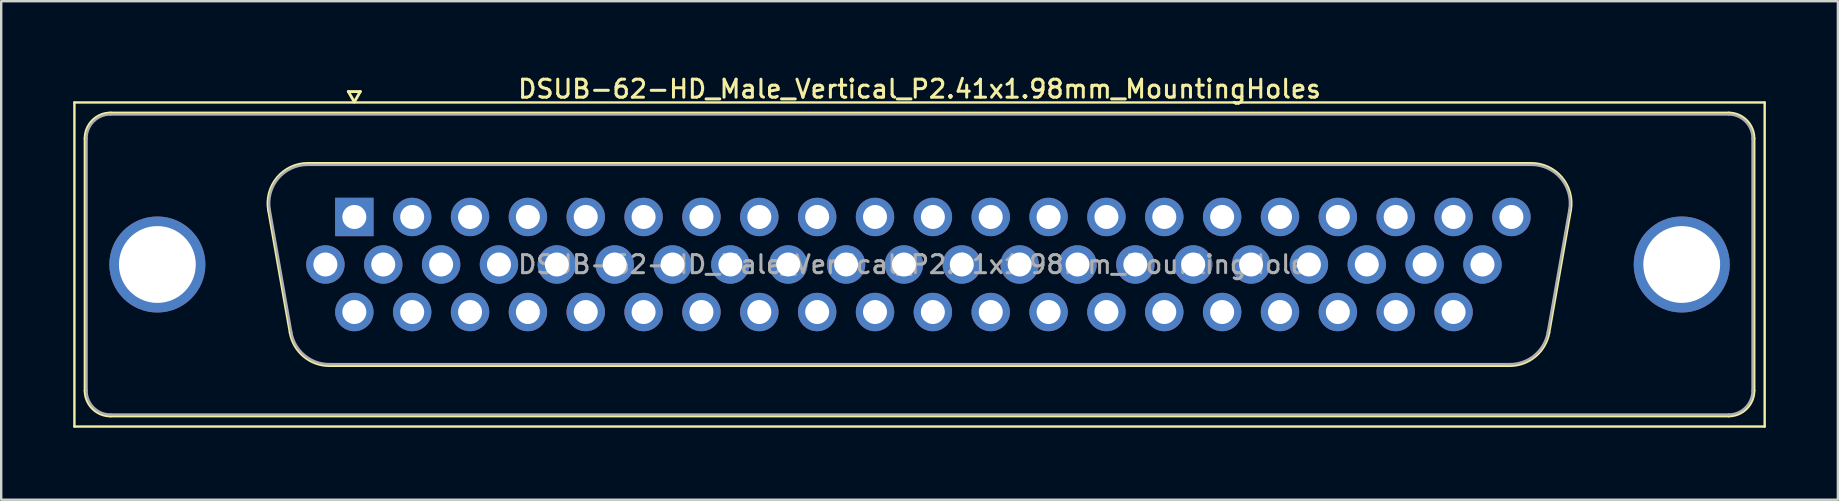
<source format=kicad_pcb>
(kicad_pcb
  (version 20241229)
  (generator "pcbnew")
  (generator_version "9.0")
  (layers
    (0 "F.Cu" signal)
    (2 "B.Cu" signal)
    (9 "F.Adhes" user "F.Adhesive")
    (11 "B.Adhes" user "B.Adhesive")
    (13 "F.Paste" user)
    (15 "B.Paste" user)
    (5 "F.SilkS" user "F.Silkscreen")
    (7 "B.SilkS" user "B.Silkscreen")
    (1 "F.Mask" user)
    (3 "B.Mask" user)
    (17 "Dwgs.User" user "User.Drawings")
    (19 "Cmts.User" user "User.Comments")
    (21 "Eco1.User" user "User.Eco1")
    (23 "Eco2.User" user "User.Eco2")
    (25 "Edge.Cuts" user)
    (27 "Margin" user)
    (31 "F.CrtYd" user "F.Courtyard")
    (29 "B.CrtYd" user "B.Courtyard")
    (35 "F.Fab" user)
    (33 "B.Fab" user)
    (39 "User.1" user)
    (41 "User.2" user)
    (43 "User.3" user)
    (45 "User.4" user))
  (footprint "DSUB-62-HD_Male_Vertical_P2.41x1.98mm_MountingHoles"
    (layer "F.Cu")
    (at 11.71 5.988)
    (property "Reference" "DSUB-62-HD_Male_Vertical_P2.41x1.98mm_MountingHoles" (at 23.545 -5.33 0) (layer "F.SilkS") (effects (font (size 0.75 0.75) (thickness 0.125))))
    (attr through_hole)
    (fp_line (start -11.66 -4.77) (end -11.66 8.73) (stroke (width 0.1) (type solid)) (layer "F.SilkS"))
    (fp_line (start -11.66 8.73) (end 58.75 8.73) (stroke (width 0.1) (type solid)) (layer "F.SilkS"))
    (fp_line (start -11.215 7.23) (end -11.215 -3.27) (stroke (width 0.12) (type solid)) (layer "F.SilkS"))
    (fp_line (start -10.155 -4.33) (end 57.245 -4.33) (stroke (width 0.12) (type solid)) (layer "F.SilkS"))
    (fp_line (start -3.571 -0.282) (end -2.672 4.818) (stroke (width 0.12) (type solid)) (layer "F.SilkS"))
    (fp_line (start -1.937 -2.23) (end 49.027 -2.23) (stroke (width 0.12) (type solid)) (layer "F.SilkS"))
    (fp_line (start -1.037 6.19) (end 48.127 6.19) (stroke (width 0.12) (type solid)) (layer "F.SilkS"))
    (fp_line (start -0.25 -5.224) (end 0.25 -5.224) (stroke (width 0.12) (type solid)) (layer "F.SilkS"))
    (fp_line (start 0 -4.791) (end -0.25 -5.224) (stroke (width 0.12) (type solid)) (layer "F.SilkS"))
    (fp_line (start 0.25 -5.224) (end 0 -4.791) (stroke (width 0.12) (type solid)) (layer "F.SilkS"))
    (fp_line (start 50.661 -0.282) (end 49.762 4.818) (stroke (width 0.12) (type solid)) (layer "F.SilkS"))
    (fp_line (start 57.245 8.29) (end -10.155 8.29) (stroke (width 0.12) (type solid)) (layer "F.SilkS"))
    (fp_line (start 58.305 -3.27) (end 58.305 7.23) (stroke (width 0.12) (type solid)) (layer "F.SilkS"))
    (fp_line (start 58.75 -4.77) (end -11.66 -4.77) (stroke (width 0.1) (type solid)) (layer "F.SilkS"))
    (fp_line (start 58.75 8.73) (end 58.75 -4.77) (stroke (width 0.1) (type solid)) (layer "F.SilkS"))
    (fp_arc (start -11.215 -3.27) (mid -10.904533 -4.019533) (end -10.155 -4.33) (stroke (width 0.12) (type solid)) (layer "F.SilkS"))
    (fp_arc (start -10.155 8.29) (mid -10.904533 7.979533) (end -11.215 7.23) (stroke (width 0.12) (type solid)) (layer "F.SilkS"))
    (fp_arc (start -3.57147 -0.281744) (mid -3.208323 -1.637027) (end -1.936689 -2.23) (stroke (width 0.12) (type solid)) (layer "F.SilkS"))
    (fp_arc (start -1.037421 6.19) (mid -2.104449 5.801634) (end -2.672202 4.818256) (stroke (width 0.12) (type solid)) (layer "F.SilkS"))
    (fp_arc (start 49.026689 -2.23) (mid 50.298323 -1.637027) (end 50.66147 -0.281744) (stroke (width 0.12) (type solid)) (layer "F.SilkS"))
    (fp_arc (start 49.762202 4.818256) (mid 49.194449 5.801634) (end 48.127421 6.19) (stroke (width 0.12) (type solid)) (layer "F.SilkS"))
    (fp_arc (start 57.245 -4.33) (mid 57.994533 -4.019533) (end 58.305 -3.27) (stroke (width 0.12) (type solid)) (layer "F.SilkS"))
    (fp_arc (start 58.305 7.23) (mid 57.994533 7.979533) (end 57.245 8.29) (stroke (width 0.12) (type solid)) (layer "F.SilkS"))
    (fp_line (start -11.155 7.23) (end -11.155 -3.27) (stroke (width 0.1) (type solid)) (layer "F.Fab"))
    (fp_line (start -10.155 -4.27) (end 57.245 -4.27) (stroke (width 0.1) (type solid)) (layer "F.Fab"))
    (fp_line (start -3.524 -0.292) (end -2.625 4.808) (stroke (width 0.1) (type solid)) (layer "F.Fab"))
    (fp_line (start -1.948 -2.17) (end 49.038 -2.17) (stroke (width 0.1) (type solid)) (layer "F.Fab"))
    (fp_line (start -1.049 6.13) (end 48.139 6.13) (stroke (width 0.1) (type solid)) (layer "F.Fab"))
    (fp_line (start 50.614 -0.292) (end 49.715 4.808) (stroke (width 0.1) (type solid)) (layer "F.Fab"))
    (fp_line (start 57.245 8.23) (end -10.155 8.23) (stroke (width 0.1) (type solid)) (layer "F.Fab"))
    (fp_line (start 58.245 -3.27) (end 58.245 7.23) (stroke (width 0.1) (type solid)) (layer "F.Fab"))
    (fp_arc (start -11.155 -3.27) (mid -10.862107 -3.977107) (end -10.155 -4.27) (stroke (width 0.1) (type solid)) (layer "F.Fab"))
    (fp_arc (start -10.155 8.23) (mid -10.862107 7.937107) (end -11.155 7.23) (stroke (width 0.1) (type solid)) (layer "F.Fab"))
    (fp_arc (start -3.523887 -0.292163) (mid -3.173865 -1.59846) (end -1.948194 -2.17) (stroke (width 0.1) (type solid)) (layer "F.Fab"))
    (fp_arc (start -1.048927 6.13) (mid -2.077387 5.755671) (end -2.624619 4.807837) (stroke (width 0.1) (type solid)) (layer "F.Fab"))
    (fp_arc (start 49.038194 -2.17) (mid 50.263865 -1.59846) (end 50.613887 -0.292163) (stroke (width 0.1) (type solid)) (layer "F.Fab"))
    (fp_arc (start 49.714619 4.807837) (mid 49.167387 5.755671) (end 48.138927 6.13) (stroke (width 0.1) (type solid)) (layer "F.Fab"))
    (fp_arc (start 57.245 -4.27) (mid 57.952107 -3.977107) (end 58.245 -3.27) (stroke (width 0.1) (type solid)) (layer "F.Fab"))
    (fp_arc (start 58.245 7.23) (mid 57.952107 7.937107) (end 57.245 8.23) (stroke (width 0.1) (type solid)) (layer "F.Fab"))
    (fp_text user "${REFERENCE}" (at 23.545 1.98 0) (layer "F.Fab") (effects (font (size 0.75 0.75) (thickness 0.125))))
    (pad "0" thru_hole circle (at -8.205 1.98) (size 4 4) (drill 3.2) (layers "*.Cu" "*.Mask"))
    (pad "0" thru_hole circle (at 55.295 1.98) (size 4 4) (drill 3.2) (layers "*.Cu" "*.Mask"))
    (pad "1" thru_hole rect (at 0 0) (size 1.6 1.6) (drill 1) (layers "*.Cu" "*.Mask"))
    (pad "2" thru_hole circle (at 2.41 0) (size 1.6 1.6) (drill 1) (layers "*.Cu" "*.Mask"))
    (pad "3" thru_hole circle (at 4.82 0) (size 1.6 1.6) (drill 1) (layers "*.Cu" "*.Mask"))
    (pad "4" thru_hole circle (at 7.23 0) (size 1.6 1.6) (drill 1) (layers "*.Cu" "*.Mask"))
    (pad "5" thru_hole circle (at 9.64 0) (size 1.6 1.6) (drill 1) (layers "*.Cu" "*.Mask"))
    (pad "6" thru_hole circle (at 12.05 0) (size 1.6 1.6) (drill 1) (layers "*.Cu" "*.Mask"))
    (pad "7" thru_hole circle (at 14.46 0) (size 1.6 1.6) (drill 1) (layers "*.Cu" "*.Mask"))
    (pad "8" thru_hole circle (at 16.87 0) (size 1.6 1.6) (drill 1) (layers "*.Cu" "*.Mask"))
    (pad "9" thru_hole circle (at 19.28 0) (size 1.6 1.6) (drill 1) (layers "*.Cu" "*.Mask"))
    (pad "10" thru_hole circle (at 21.69 0) (size 1.6 1.6) (drill 1) (layers "*.Cu" "*.Mask"))
    (pad "11" thru_hole circle (at 24.1 0) (size 1.6 1.6) (drill 1) (layers "*.Cu" "*.Mask"))
    (pad "12" thru_hole circle (at 26.51 0) (size 1.6 1.6) (drill 1) (layers "*.Cu" "*.Mask"))
    (pad "13" thru_hole circle (at 28.92 0) (size 1.6 1.6) (drill 1) (layers "*.Cu" "*.Mask"))
    (pad "14" thru_hole circle (at 31.33 0) (size 1.6 1.6) (drill 1) (layers "*.Cu" "*.Mask"))
    (pad "15" thru_hole circle (at 33.74 0) (size 1.6 1.6) (drill 1) (layers "*.Cu" "*.Mask"))
    (pad "16" thru_hole circle (at 36.15 0) (size 1.6 1.6) (drill 1) (layers "*.Cu" "*.Mask"))
    (pad "17" thru_hole circle (at 38.56 0) (size 1.6 1.6) (drill 1) (layers "*.Cu" "*.Mask"))
    (pad "18" thru_hole circle (at 40.97 0) (size 1.6 1.6) (drill 1) (layers "*.Cu" "*.Mask"))
    (pad "19" thru_hole circle (at 43.38 0) (size 1.6 1.6) (drill 1) (layers "*.Cu" "*.Mask"))
    (pad "20" thru_hole circle (at 45.79 0) (size 1.6 1.6) (drill 1) (layers "*.Cu" "*.Mask"))
    (pad "21" thru_hole circle (at 48.2 0) (size 1.6 1.6) (drill 1) (layers "*.Cu" "*.Mask"))
    (pad "22" thru_hole circle (at -1.205 1.98) (size 1.6 1.6) (drill 1) (layers "*.Cu" "*.Mask"))
    (pad "23" thru_hole circle (at 1.205 1.98) (size 1.6 1.6) (drill 1) (layers "*.Cu" "*.Mask"))
    (pad "24" thru_hole circle (at 3.615 1.98) (size 1.6 1.6) (drill 1) (layers "*.Cu" "*.Mask"))
    (pad "25" thru_hole circle (at 6.025 1.98) (size 1.6 1.6) (drill 1) (layers "*.Cu" "*.Mask"))
    (pad "26" thru_hole circle (at 8.435 1.98) (size 1.6 1.6) (drill 1) (layers "*.Cu" "*.Mask"))
    (pad "27" thru_hole circle (at 10.845 1.98) (size 1.6 1.6) (drill 1) (layers "*.Cu" "*.Mask"))
    (pad "28" thru_hole circle (at 13.255 1.98) (size 1.6 1.6) (drill 1) (layers "*.Cu" "*.Mask"))
    (pad "29" thru_hole circle (at 15.665 1.98) (size 1.6 1.6) (drill 1) (layers "*.Cu" "*.Mask"))
    (pad "30" thru_hole circle (at 18.075 1.98) (size 1.6 1.6) (drill 1) (layers "*.Cu" "*.Mask"))
    (pad "31" thru_hole circle (at 20.485 1.98) (size 1.6 1.6) (drill 1) (layers "*.Cu" "*.Mask"))
    (pad "32" thru_hole circle (at 22.895 1.98) (size 1.6 1.6) (drill 1) (layers "*.Cu" "*.Mask"))
    (pad "33" thru_hole circle (at 25.305 1.98) (size 1.6 1.6) (drill 1) (layers "*.Cu" "*.Mask"))
    (pad "34" thru_hole circle (at 27.715 1.98) (size 1.6 1.6) (drill 1) (layers "*.Cu" "*.Mask"))
    (pad "35" thru_hole circle (at 30.125 1.98) (size 1.6 1.6) (drill 1) (layers "*.Cu" "*.Mask"))
    (pad "36" thru_hole circle (at 32.535 1.98) (size 1.6 1.6) (drill 1) (layers "*.Cu" "*.Mask"))
    (pad "37" thru_hole circle (at 34.945 1.98) (size 1.6 1.6) (drill 1) (layers "*.Cu" "*.Mask"))
    (pad "38" thru_hole circle (at 37.355 1.98) (size 1.6 1.6) (drill 1) (layers "*.Cu" "*.Mask"))
    (pad "39" thru_hole circle (at 39.765 1.98) (size 1.6 1.6) (drill 1) (layers "*.Cu" "*.Mask"))
    (pad "40" thru_hole circle (at 42.175 1.98) (size 1.6 1.6) (drill 1) (layers "*.Cu" "*.Mask"))
    (pad "41" thru_hole circle (at 44.585 1.98) (size 1.6 1.6) (drill 1) (layers "*.Cu" "*.Mask"))
    (pad "42" thru_hole circle (at 46.995 1.98) (size 1.6 1.6) (drill 1) (layers "*.Cu" "*.Mask"))
    (pad "43" thru_hole circle (at 0 3.96) (size 1.6 1.6) (drill 1) (layers "*.Cu" "*.Mask"))
    (pad "44" thru_hole circle (at 2.41 3.96) (size 1.6 1.6) (drill 1) (layers "*.Cu" "*.Mask"))
    (pad "45" thru_hole circle (at 4.82 3.96) (size 1.6 1.6) (drill 1) (layers "*.Cu" "*.Mask"))
    (pad "46" thru_hole circle (at 7.23 3.96) (size 1.6 1.6) (drill 1) (layers "*.Cu" "*.Mask"))
    (pad "47" thru_hole circle (at 9.64 3.96) (size 1.6 1.6) (drill 1) (layers "*.Cu" "*.Mask"))
    (pad "48" thru_hole circle (at 12.05 3.96) (size 1.6 1.6) (drill 1) (layers "*.Cu" "*.Mask"))
    (pad "49" thru_hole circle (at 14.46 3.96) (size 1.6 1.6) (drill 1) (layers "*.Cu" "*.Mask"))
    (pad "50" thru_hole circle (at 16.87 3.96) (size 1.6 1.6) (drill 1) (layers "*.Cu" "*.Mask"))
    (pad "51" thru_hole circle (at 19.28 3.96) (size 1.6 1.6) (drill 1) (layers "*.Cu" "*.Mask"))
    (pad "52" thru_hole circle (at 21.69 3.96) (size 1.6 1.6) (drill 1) (layers "*.Cu" "*.Mask"))
    (pad "53" thru_hole circle (at 24.1 3.96) (size 1.6 1.6) (drill 1) (layers "*.Cu" "*.Mask"))
    (pad "54" thru_hole circle (at 26.51 3.96) (size 1.6 1.6) (drill 1) (layers "*.Cu" "*.Mask"))
    (pad "55" thru_hole circle (at 28.92 3.96) (size 1.6 1.6) (drill 1) (layers "*.Cu" "*.Mask"))
    (pad "56" thru_hole circle (at 31.33 3.96) (size 1.6 1.6) (drill 1) (layers "*.Cu" "*.Mask"))
    (pad "57" thru_hole circle (at 33.74 3.96) (size 1.6 1.6) (drill 1) (layers "*.Cu" "*.Mask"))
    (pad "58" thru_hole circle (at 36.15 3.96) (size 1.6 1.6) (drill 1) (layers "*.Cu" "*.Mask"))
    (pad "59" thru_hole circle (at 38.56 3.96) (size 1.6 1.6) (drill 1) (layers "*.Cu" "*.Mask"))
    (pad "60" thru_hole circle (at 40.97 3.96) (size 1.6 1.6) (drill 1) (layers "*.Cu" "*.Mask"))
    (pad "61" thru_hole circle (at 43.38 3.96) (size 1.6 1.6) (drill 1) (layers "*.Cu" "*.Mask"))
    (pad "62" thru_hole circle (at 45.79 3.96) (size 1.6 1.6) (drill 1) (layers "*.Cu" "*.Mask")))
  (gr_rect
    (start -3 -3)
    (end 73.51 17.768)
    (stroke (width 0.1) (type default))
    (fill no)
    (layer "Edge.Cuts")))
</source>
